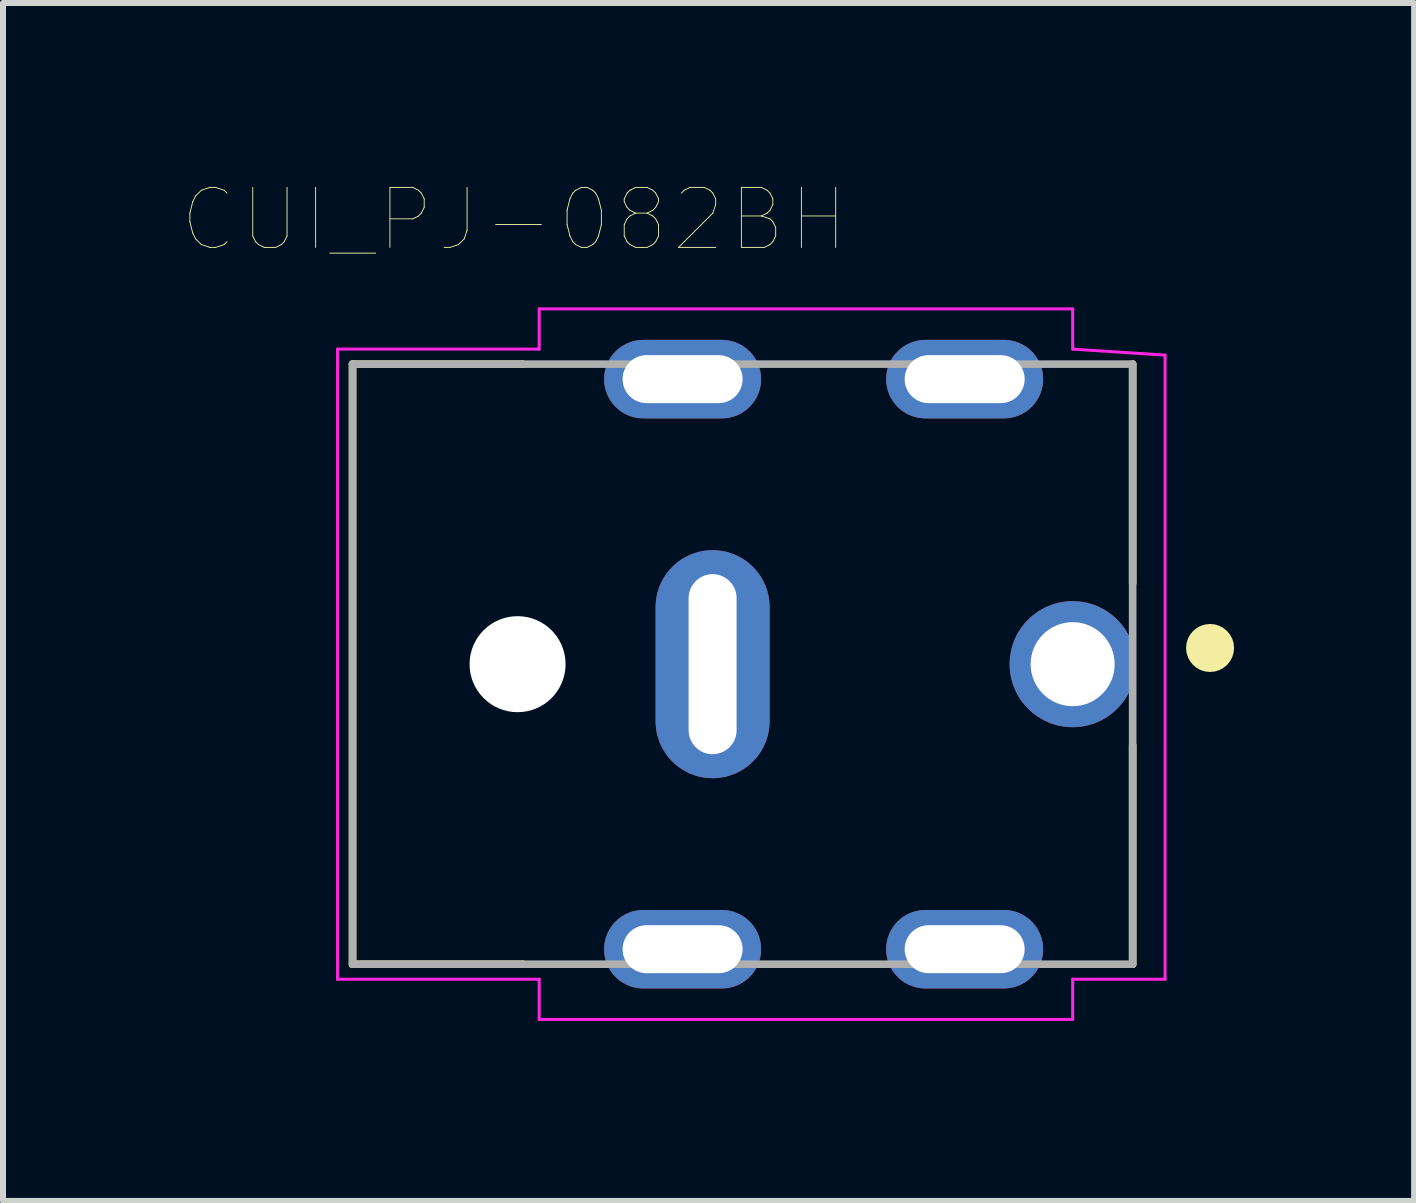
<source format=kicad_pcb>
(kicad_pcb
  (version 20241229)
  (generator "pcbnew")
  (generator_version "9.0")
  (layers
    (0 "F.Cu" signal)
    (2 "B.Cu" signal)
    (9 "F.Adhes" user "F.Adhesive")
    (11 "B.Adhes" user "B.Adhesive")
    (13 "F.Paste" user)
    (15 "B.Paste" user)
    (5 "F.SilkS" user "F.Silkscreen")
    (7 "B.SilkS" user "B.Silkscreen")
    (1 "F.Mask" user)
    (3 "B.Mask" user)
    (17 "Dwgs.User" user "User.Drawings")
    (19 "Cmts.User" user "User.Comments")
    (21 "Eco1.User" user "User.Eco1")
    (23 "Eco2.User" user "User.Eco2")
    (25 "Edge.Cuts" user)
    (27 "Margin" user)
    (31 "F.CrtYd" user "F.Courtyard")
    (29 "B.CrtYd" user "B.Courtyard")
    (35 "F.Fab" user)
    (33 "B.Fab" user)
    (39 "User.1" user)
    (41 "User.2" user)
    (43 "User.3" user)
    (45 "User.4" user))
  (footprint "CUI_PJ-082BH"
    (layer "F.Cu")
    (at 9.325 8.018)
    (property "Reference" "CUI_PJ-082BH" (at -3.806 -7.407 0) (layer "F.SilkS") (effects (font (size 1 1) (thickness 0.015))))
    (attr through_hole)
    (fp_line (start -6.5 -5) (end -6.5 5) (stroke (width 0.127) (type solid)) (layer "F.SilkS"))
    (fp_line (start -6.5 -5) (end -3.66 -5) (stroke (width 0.127) (type solid)) (layer "F.SilkS"))
    (fp_line (start -6.5 5) (end -3.66 5) (stroke (width 0.127) (type solid)) (layer "F.SilkS"))
    (fp_line (start 6.5 -5) (end 6.5 -1.35) (stroke (width 0.127) (type solid)) (layer "F.SilkS"))
    (fp_line (start 6.5 1.35) (end 6.5 5) (stroke (width 0.127) (type solid)) (layer "F.SilkS"))
    (fp_circle (center 7.79 -0.27) (end 7.99 -0.27) (stroke (width 0.4) (type solid)) (fill no) (layer "F.SilkS"))
    (fp_line (start -6.75 -5.25) (end -6.75 5.25) (stroke (width 0.05) (type solid)) (layer "F.CrtYd"))
    (fp_line (start -6.75 5.25) (end -3.39 5.25) (stroke (width 0.05) (type solid)) (layer "F.CrtYd"))
    (fp_line (start -3.39 -5.92) (end -3.39 -5.25) (stroke (width 0.05) (type solid)) (layer "F.CrtYd"))
    (fp_line (start -3.39 -5.25) (end -6.75 -5.25) (stroke (width 0.05) (type solid)) (layer "F.CrtYd"))
    (fp_line (start -3.39 5.25) (end -3.39 5.92) (stroke (width 0.05) (type solid)) (layer "F.CrtYd"))
    (fp_line (start -3.39 5.92) (end 5.5 5.92) (stroke (width 0.05) (type solid)) (layer "F.CrtYd"))
    (fp_line (start 5.5 -5.92) (end -3.39 -5.92) (stroke (width 0.05) (type solid)) (layer "F.CrtYd"))
    (fp_line (start 5.5 -5.25) (end 5.5 -5.92) (stroke (width 0.05) (type solid)) (layer "F.CrtYd"))
    (fp_line (start 5.5 5.25) (end 7.04 5.25) (stroke (width 0.05) (type solid)) (layer "F.CrtYd"))
    (fp_line (start 5.5 5.92) (end 5.5 5.25) (stroke (width 0.05) (type solid)) (layer "F.CrtYd"))
    (fp_line (start 7.04 -5.15) (end 5.5 -5.25) (stroke (width 0.05) (type solid)) (layer "F.CrtYd"))
    (fp_line (start 7.04 5.25) (end 7.04 -5.15) (stroke (width 0.05) (type solid)) (layer "F.CrtYd"))
    (fp_line (start -6.5 -5) (end -6.5 5) (stroke (width 0.127) (type solid)) (layer "F.Fab"))
    (fp_line (start -6.5 -5) (end 6.5 -5) (stroke (width 0.127) (type solid)) (layer "F.Fab"))
    (fp_line (start -6.5 5) (end 6.5 5) (stroke (width 0.127) (type solid)) (layer "F.Fab"))
    (fp_line (start 6.5 -5) (end 6.5 5) (stroke (width 0.127) (type solid)) (layer "F.Fab"))
    (pad "" np_thru_hole circle (at -3.75 0) (size 1.6 1.6) (drill 1.6) (layers "*.Cu" "*.Mask"))
    (pad "1" thru_hole circle (at 5.5 0) (size 2.1 2.1) (drill 1.4) (layers "*.Cu" "*.Mask"))
    (pad "2" thru_hole oval (at -0.5 0) (size 1.9 3.8) (drill oval 0.8 3) (layers "*.Cu" "*.Mask"))
    (pad "3" thru_hole oval (at 3.7 -4.75) (size 2.616 1.308) (drill oval 2 0.8) (layers "*.Cu" "*.Mask"))
    (pad "4" thru_hole oval (at -1 -4.75) (size 2.616 1.308) (drill oval 2 0.8) (layers "*.Cu" "*.Mask"))
    (pad "5" thru_hole oval (at -1 4.75) (size 2.616 1.308) (drill oval 2 0.8) (layers "*.Cu" "*.Mask"))
    (pad "6" thru_hole oval (at 3.7 4.75) (size 2.616 1.308) (drill oval 2 0.8) (layers "*.Cu" "*.Mask")))
  (gr_rect
    (start -3 -3)
    (end 20.515 16.963)
    (stroke (width 0.1) (type default))
    (fill no)
    (layer "Edge.Cuts")))
</source>
